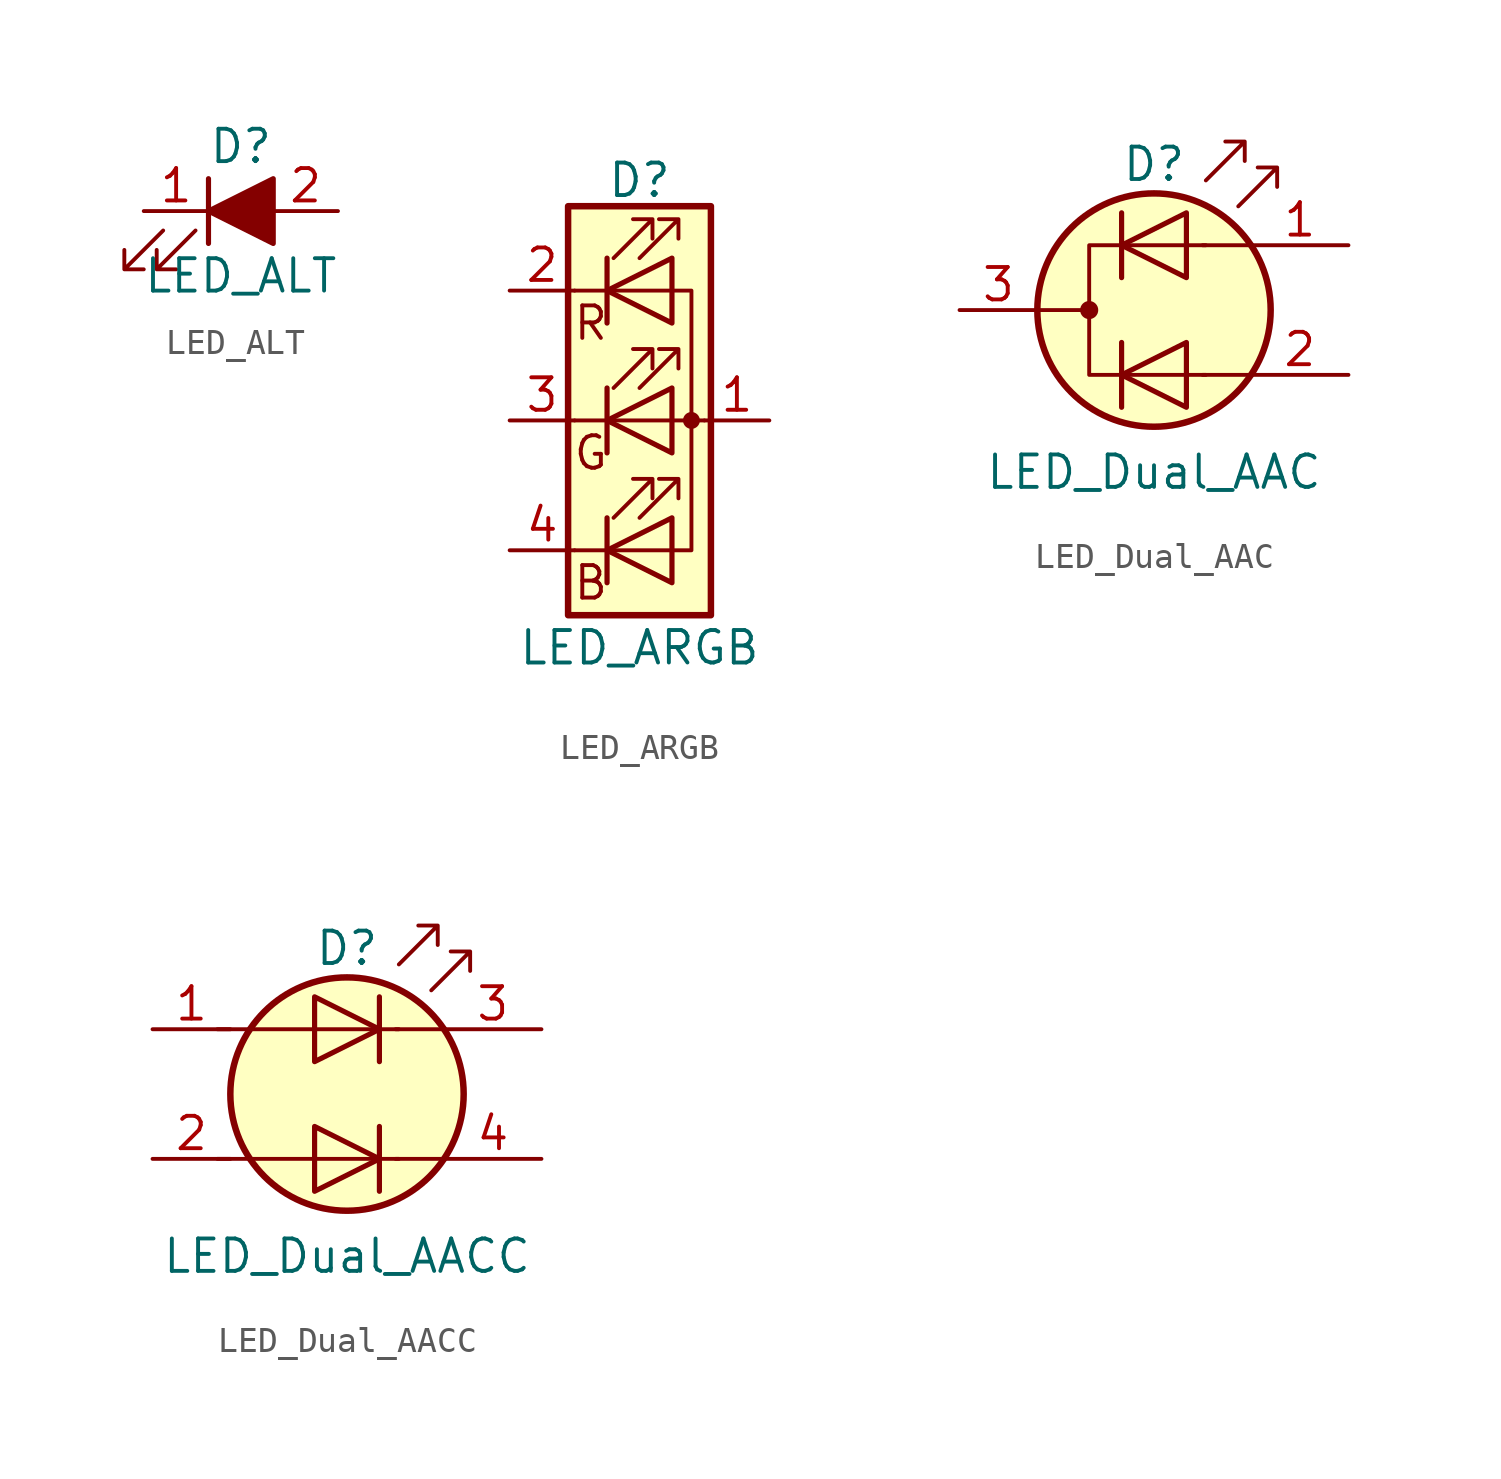
<source format=kicad_sym>
(kicad_symbol_lib
  (version 20211014)
  (generator kicad_symbol_editor)
  (symbol "LED_ALT"
    (pin_names
      (offset 1.016) hide)
    (property "Reference" "D"
      (at 0 2.54 0)
      (effects (font (size 1.27 1.27))))
    (property "Value" "LED_ALT"
      (at 0 -2.54 0)
      (effects (font (size 1.27 1.27))))
    (symbol "LED_ALT_0_1"
      (polyline (pts (xy -1.27 -1.27) (xy -1.27 1.27)) (stroke (width 0.203) (type default) (color 0 0 0 0)) (fill (type none)))
      (polyline (pts (xy -1.27 0) (xy 1.27 0)) (stroke (width 0) (type default) (color 0 0 0 0)) (fill (type none)))
      (polyline (pts (xy 1.27 -1.27) (xy 1.27 1.27) (xy -1.27 0) (xy 1.27 -1.27)) (stroke (width 0.203) (type default) (color 0 0 0 0)) (fill (type outline)))
      (polyline (pts (xy -3.048 -0.762) (xy -4.572 -2.286) (xy -3.81 -2.286) (xy -4.572 -2.286) (xy -4.572 -1.524)) (stroke (width 0) (type default) (color 0 0 0 0)) (fill (type none)))
      (polyline (pts (xy -1.778 -0.762) (xy -3.302 -2.286) (xy -2.54 -2.286) (xy -3.302 -2.286) (xy -3.302 -1.524)) (stroke (width 0) (type default) (color 0 0 0 0)) (fill (type none))))
    (symbol "LED_ALT_1_1"
      (pin passive line (at -3.81 0 0) (length 2.54) (name "K" (effects (font (size 1.27 1.27)))) (number "1" (effects (font (size 1.27 1.27)))))
      (pin passive line (at 3.81 0 180) (length 2.54) (name "A" (effects (font (size 1.27 1.27)))) (number "2" (effects (font (size 1.27 1.27)))))))
  (symbol "LED_ARGB"
    (pin_names
      (offset 0) hide)
    (property "Reference" "D"
      (at 0 9.398 0)
      (effects (font (size 1.27 1.27))))
    (property "Value" "LED_ARGB"
      (at 0 -8.89 0)
      (effects (font (size 1.27 1.27))))
    (symbol "LED_ARGB_0_0"
      (text "B" (at -1.905 -6.35 0) (effects (font (size 1.27 1.27))))
      (text "G" (at -1.905 -1.27 0) (effects (font (size 1.27 1.27))))
      (text "R" (at -1.905 3.81 0) (effects (font (size 1.27 1.27)))))
    (symbol "LED_ARGB_0_1"
      (polyline (pts (xy -2.54 -5.08) (xy 1.27 -5.08)) (stroke (width 0) (type default) (color 0 0 0 0)) (fill (type none)))
      (polyline (pts (xy -1.27 -3.81) (xy -1.27 -6.35)) (stroke (width 0.203) (type default) (color 0 0 0 0)) (fill (type none)))
      (polyline (pts (xy -1.27 1.27) (xy -1.27 -1.27)) (stroke (width 0.203) (type default) (color 0 0 0 0)) (fill (type none)))
      (polyline (pts (xy -1.27 6.35) (xy -1.27 3.81)) (stroke (width 0.203) (type default) (color 0 0 0 0)) (fill (type none)))
      (polyline (pts (xy 1.27 5.08) (xy -2.54 5.08)) (stroke (width 0) (type default) (color 0 0 0 0)) (fill (type none)))
      (polyline (pts (xy 2.54 0) (xy -2.54 0)) (stroke (width 0) (type default) (color 0 0 0 0)) (fill (type none)))
      (polyline (pts (xy 1.27 -5.08) (xy 2.032 -5.08) (xy 2.032 5.08) (xy 1.27 5.08)) (stroke (width 0) (type default) (color 0 0 0 0)) (fill (type none)))
      (polyline (pts (xy 1.27 -3.81) (xy 1.27 -6.35) (xy -1.27 -5.08) (xy 1.27 -3.81)) (stroke (width 0.203) (type default) (color 0 0 0 0)) (fill (type none)))
      (polyline (pts (xy 1.27 1.27) (xy 1.27 -1.27) (xy -1.27 0) (xy 1.27 1.27)) (stroke (width 0.203) (type default) (color 0 0 0 0)) (fill (type none)))
      (polyline (pts (xy 1.27 6.35) (xy 1.27 3.81) (xy -1.27 5.08) (xy 1.27 6.35)) (stroke (width 0.203) (type default) (color 0 0 0 0)) (fill (type none)))
      (polyline (pts (xy -1.016 -3.81) (xy 0.508 -2.286) (xy -0.254 -2.286) (xy 0.508 -2.286) (xy 0.508 -3.048)) (stroke (width 0) (type default) (color 0 0 0 0)) (fill (type none)))
      (polyline (pts (xy -1.016 1.27) (xy 0.508 2.794) (xy -0.254 2.794) (xy 0.508 2.794) (xy 0.508 2.032)) (stroke (width 0) (type default) (color 0 0 0 0)) (fill (type none)))
      (polyline (pts (xy -1.016 6.35) (xy 0.508 7.874) (xy -0.254 7.874) (xy 0.508 7.874) (xy 0.508 7.112)) (stroke (width 0) (type default) (color 0 0 0 0)) (fill (type none)))
      (polyline (pts (xy 0 -3.81) (xy 1.524 -2.286) (xy 0.762 -2.286) (xy 1.524 -2.286) (xy 1.524 -3.048)) (stroke (width 0) (type default) (color 0 0 0 0)) (fill (type none)))
      (polyline (pts (xy 0 1.27) (xy 1.524 2.794) (xy 0.762 2.794) (xy 1.524 2.794) (xy 1.524 2.032)) (stroke (width 0) (type default) (color 0 0 0 0)) (fill (type none)))
      (polyline (pts (xy 0 6.35) (xy 1.524 7.874) (xy 0.762 7.874) (xy 1.524 7.874) (xy 1.524 7.112)) (stroke (width 0) (type default) (color 0 0 0 0)) (fill (type none)))
      (rectangle (start 1.27 6.35) (end 1.27 6.35) (stroke (width 0) (type default) (color 0 0 0 0)) (fill (type none)))
      (circle (center 2.032 0) (radius 0.254) (stroke (width 0) (type default) (color 0 0 0 0)) (fill (type outline)))
      (rectangle (start 2.794 8.382) (end -2.794 -7.62) (stroke (width 0.254) (type default) (color 0 0 0 0)) (fill (type background))))
    (symbol "LED_ARGB_1_1"
      (pin passive line (at 5.08 0 180) (length 2.54) (name "A" (effects (font (size 1.27 1.27)))) (number "1" (effects (font (size 1.27 1.27)))))
      (pin passive line (at -5.08 5.08 0) (length 2.54) (name "RK" (effects (font (size 1.27 1.27)))) (number "2" (effects (font (size 1.27 1.27)))))
      (pin passive line (at -5.08 0 0) (length 2.54) (name "GK" (effects (font (size 1.27 1.27)))) (number "3" (effects (font (size 1.27 1.27)))))
      (pin passive line (at -5.08 -5.08 0) (length 2.54) (name "BK" (effects (font (size 1.27 1.27)))) (number "4" (effects (font (size 1.27 1.27)))))))
  (symbol "LED_Dual_AAC"
    (pin_names
      (offset 0) hide)
    (property "Reference" "D"
      (at 0 5.715 0)
      (effects (font (size 1.27 1.27))))
    (property "Value" "LED_Dual_AAC"
      (at 0 -6.35 0)
      (effects (font (size 1.27 1.27))))
    (symbol "LED_Dual_AAC_0_1"
      (circle (center -2.54 0) (radius 0.279) (stroke (width 0) (type default) (color 0 0 0 0)) (fill (type outline)))
      (polyline (pts (xy -4.572 0) (xy -2.54 0)) (stroke (width 0) (type default) (color 0 0 0 0)) (fill (type none)))
      (polyline (pts (xy -1.27 -1.27) (xy -1.27 -3.81)) (stroke (width 0.203) (type default) (color 0 0 0 0)) (fill (type none)))
      (polyline (pts (xy -1.27 1.27) (xy -1.27 3.81)) (stroke (width 0.203) (type default) (color 0 0 0 0)) (fill (type none)))
      (polyline (pts (xy 3.81 -2.54) (xy 1.905 -2.54)) (stroke (width 0) (type default) (color 0 0 0 0)) (fill (type none)))
      (polyline (pts (xy 3.81 2.54) (xy 1.905 2.54)) (stroke (width 0) (type default) (color 0 0 0 0)) (fill (type none)))
      (polyline (pts (xy 1.27 -3.81) (xy 1.27 -1.27) (xy -1.27 -2.54) (xy 1.27 -3.81)) (stroke (width 0.203) (type default) (color 0 0 0 0)) (fill (type none)))
      (polyline (pts (xy 1.27 1.27) (xy 1.27 3.81) (xy -1.27 2.54) (xy 1.27 1.27)) (stroke (width 0.203) (type default) (color 0 0 0 0)) (fill (type none)))
      (polyline (pts (xy 2.032 2.54) (xy -2.54 2.54) (xy -2.54 -2.54) (xy 2.032 -2.54)) (stroke (width 0) (type default) (color 0 0 0 0)) (fill (type none)))
      (polyline (pts (xy 2.032 5.08) (xy 3.556 6.604) (xy 2.794 6.604) (xy 3.556 6.604) (xy 3.556 5.842)) (stroke (width 0) (type default) (color 0 0 0 0)) (fill (type none)))
      (polyline (pts (xy 3.302 4.064) (xy 4.826 5.588) (xy 4.064 5.588) (xy 4.826 5.588) (xy 4.826 4.826)) (stroke (width 0) (type default) (color 0 0 0 0)) (fill (type none)))
      (circle (center 0 0) (radius 4.572) (stroke (width 0.254) (type default) (color 0 0 0 0)) (fill (type background))))
    (symbol "LED_Dual_AAC_1_1"
      (pin input line (at 7.62 2.54 180) (length 3.81) (name "A1" (effects (font (size 1.27 1.27)))) (number "1" (effects (font (size 1.27 1.27)))))
      (pin input line (at 7.62 -2.54 180) (length 3.81) (name "A2" (effects (font (size 1.27 1.27)))) (number "2" (effects (font (size 1.27 1.27)))))
      (pin input line (at -7.62 0 0) (length 3.048) (name "K" (effects (font (size 1.27 1.27)))) (number "3" (effects (font (size 1.27 1.27)))))))
  (symbol "LED_Dual_AACC"
    (pin_names
      (offset 0) hide)
    (property "Reference" "D"
      (at 0 5.715 0)
      (effects (font (size 1.27 1.27))))
    (property "Value" "LED_Dual_AACC"
      (at 0 -6.35 0)
      (effects (font (size 1.27 1.27))))
    (symbol "LED_Dual_AACC_0_1"
      (polyline (pts (xy -5.08 -2.54) (xy 2.032 -2.54)) (stroke (width 0) (type default) (color 0 0 0 0)) (fill (type none)))
      (polyline (pts (xy -5.08 2.54) (xy 2.032 2.54)) (stroke (width 0) (type default) (color 0 0 0 0)) (fill (type none)))
      (polyline (pts (xy 1.27 -1.27) (xy 1.27 -3.81)) (stroke (width 0.203) (type default) (color 0 0 0 0)) (fill (type none)))
      (polyline (pts (xy 1.27 3.81) (xy 1.27 1.27)) (stroke (width 0.203) (type default) (color 0 0 0 0)) (fill (type none)))
      (polyline (pts (xy 3.81 -2.54) (xy 1.905 -2.54)) (stroke (width 0) (type default) (color 0 0 0 0)) (fill (type none)))
      (polyline (pts (xy 3.81 2.54) (xy 1.905 2.54)) (stroke (width 0) (type default) (color 0 0 0 0)) (fill (type none)))
      (polyline (pts (xy -1.27 -1.27) (xy -1.27 -3.81) (xy 1.27 -2.54) (xy -1.27 -1.27)) (stroke (width 0.203) (type default) (color 0 0 0 0)) (fill (type none)))
      (polyline (pts (xy -1.27 3.81) (xy -1.27 1.27) (xy 1.27 2.54) (xy -1.27 3.81)) (stroke (width 0.203) (type default) (color 0 0 0 0)) (fill (type none)))
      (polyline (pts (xy 2.032 5.08) (xy 3.556 6.604) (xy 2.794 6.604) (xy 3.556 6.604) (xy 3.556 5.842)) (stroke (width 0) (type default) (color 0 0 0 0)) (fill (type none)))
      (polyline (pts (xy 3.302 4.064) (xy 4.826 5.588) (xy 4.064 5.588) (xy 4.826 5.588) (xy 4.826 4.826)) (stroke (width 0) (type default) (color 0 0 0 0)) (fill (type none)))
      (circle (center 0 0) (radius 4.572) (stroke (width 0.254) (type default) (color 0 0 0 0)) (fill (type background))))
    (symbol "LED_Dual_AACC_1_1"
      (pin input line (at -7.62 2.54 0) (length 3.048) (name "A1" (effects (font (size 1.27 1.27)))) (number "1" (effects (font (size 1.27 1.27)))))
      (pin input line (at -7.62 -2.54 0) (length 3.048) (name "A2" (effects (font (size 1.27 1.27)))) (number "2" (effects (font (size 1.27 1.27)))))
      (pin input line (at 7.62 2.54 180) (length 3.81) (name "K1" (effects (font (size 1.27 1.27)))) (number "3" (effects (font (size 1.27 1.27)))))
      (pin input line (at 7.62 -2.54 180) (length 3.81) (name "K2" (effects (font (size 1.27 1.27)))) (number "4" (effects (font (size 1.27 1.27))))))))
</source>
